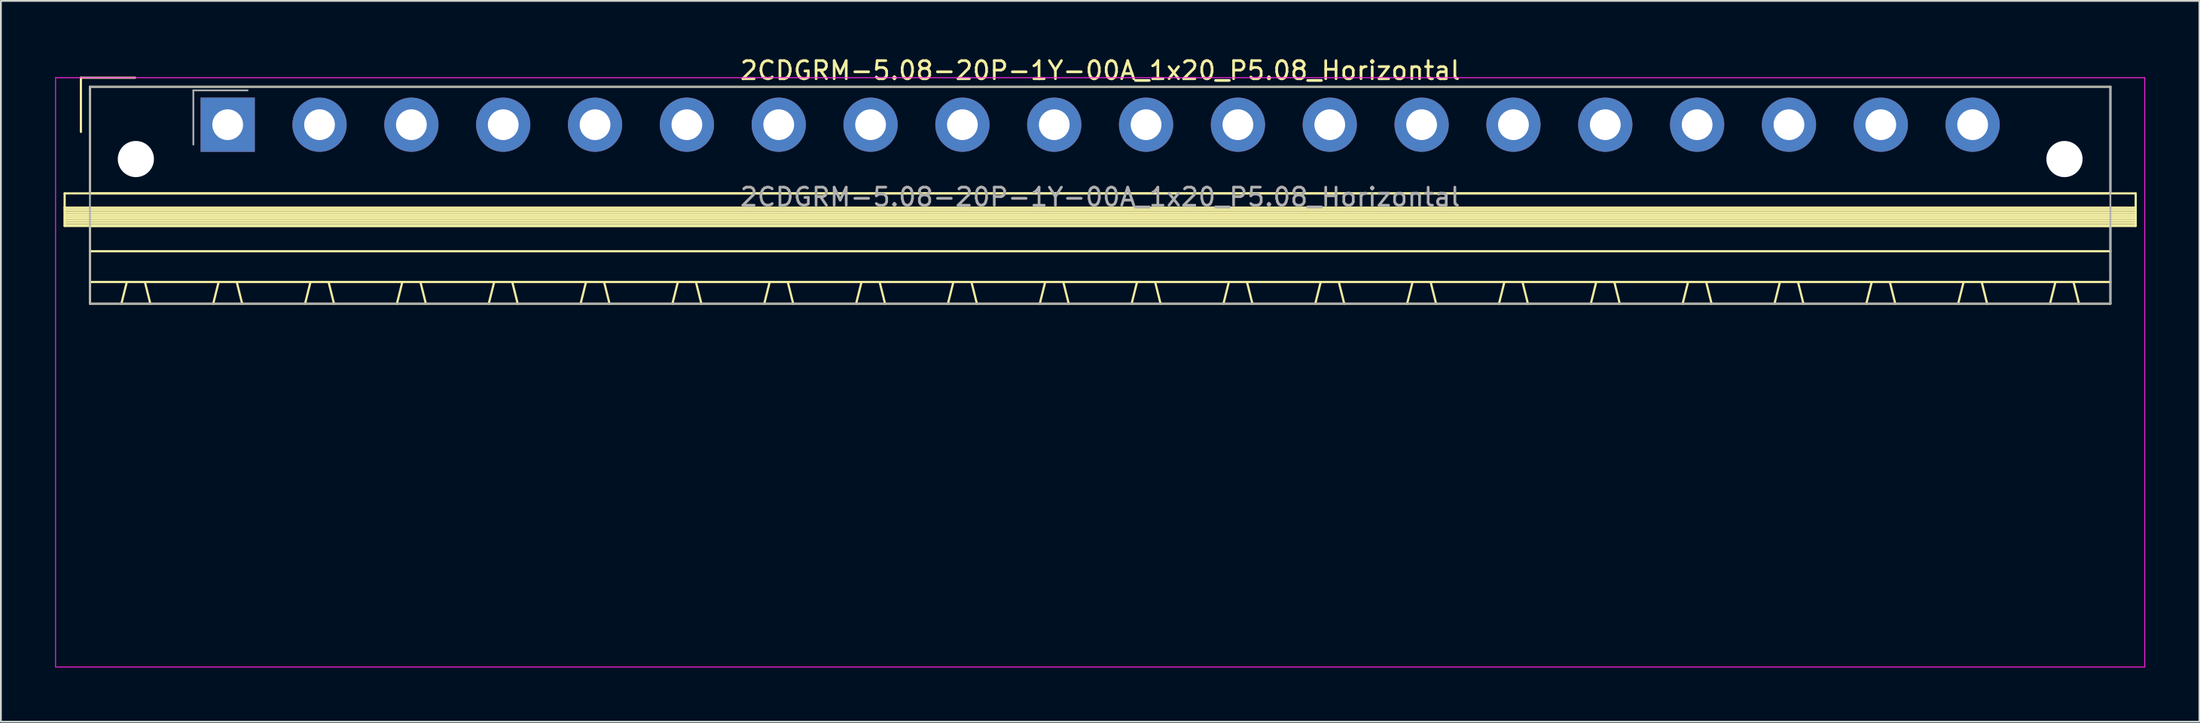
<source format=kicad_pcb>
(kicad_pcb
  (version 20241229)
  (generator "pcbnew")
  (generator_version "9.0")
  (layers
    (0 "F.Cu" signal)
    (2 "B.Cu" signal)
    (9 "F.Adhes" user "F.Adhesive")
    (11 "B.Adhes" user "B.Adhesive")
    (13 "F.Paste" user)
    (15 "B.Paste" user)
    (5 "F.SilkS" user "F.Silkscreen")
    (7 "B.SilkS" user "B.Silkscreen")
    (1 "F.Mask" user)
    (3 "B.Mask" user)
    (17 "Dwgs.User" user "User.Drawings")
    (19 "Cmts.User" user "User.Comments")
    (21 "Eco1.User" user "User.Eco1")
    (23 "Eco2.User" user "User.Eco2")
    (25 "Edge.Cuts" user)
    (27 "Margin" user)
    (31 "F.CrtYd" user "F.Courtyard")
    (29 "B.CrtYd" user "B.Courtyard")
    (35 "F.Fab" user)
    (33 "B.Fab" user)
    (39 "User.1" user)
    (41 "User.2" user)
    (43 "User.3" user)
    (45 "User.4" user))
  (footprint "2CDGRM-5.08-20P-1Y-00A_1x20_P5.08_Horizontal"
    (layer "F.Cu")
    (at 9.545 3.848)
    (property "Reference" "2CDGRM-5.08-20P-1Y-00A_1x20_P5.08_Horizontal" (at 48.26 -3 0) (layer "F.SilkS") (effects (font (size 1 1) (thickness 0.15))))
    (attr through_hole)
    (fp_line (start -9.02 3.8) (end -9.02 4.6) (stroke (width 0.12) (type solid)) (layer "F.SilkS"))
    (fp_line (start -9.02 4.6) (end -9.02 5.6) (stroke (width 0.12) (type solid)) (layer "F.SilkS"))
    (fp_line (start -9.02 4.6) (end 105.54 4.6) (stroke (width 0.12) (type solid)) (layer "F.SilkS"))
    (fp_line (start -9.02 4.72) (end 105.54 4.72) (stroke (width 0.12) (type solid)) (layer "F.SilkS"))
    (fp_line (start -9.02 4.84) (end 105.54 4.84) (stroke (width 0.12) (type solid)) (layer "F.SilkS"))
    (fp_line (start -9.02 4.96) (end 105.54 4.96) (stroke (width 0.12) (type solid)) (layer "F.SilkS"))
    (fp_line (start -9.02 5.08) (end 105.54 5.08) (stroke (width 0.12) (type solid)) (layer "F.SilkS"))
    (fp_line (start -9.02 5.2) (end 105.54 5.2) (stroke (width 0.12) (type solid)) (layer "F.SilkS"))
    (fp_line (start -9.02 5.32) (end 105.54 5.32) (stroke (width 0.12) (type solid)) (layer "F.SilkS"))
    (fp_line (start -9.02 5.44) (end 105.54 5.44) (stroke (width 0.12) (type solid)) (layer "F.SilkS"))
    (fp_line (start -9.02 5.56) (end 105.54 5.56) (stroke (width 0.12) (type solid)) (layer "F.SilkS"))
    (fp_line (start -9.02 5.6) (end 105.54 5.6) (stroke (width 0.12) (type solid)) (layer "F.SilkS"))
    (fp_line (start -8.12 -2.6) (end -8.12 0.4) (stroke (width 0.12) (type solid)) (layer "F.SilkS"))
    (fp_line (start -8.12 -2.6) (end -5.12 -2.6) (stroke (width 0.12) (type solid)) (layer "F.SilkS"))
    (fp_line (start -7.62 -2.1) (end -7.62 3.8) (stroke (width 0.12) (type solid)) (layer "F.SilkS"))
    (fp_line (start -7.62 3.8) (end 104.14 3.8) (stroke (width 0.12) (type solid)) (layer "F.SilkS"))
    (fp_line (start -7.62 5.6) (end -7.62 9.9) (stroke (width 0.12) (type solid)) (layer "F.SilkS"))
    (fp_line (start -7.62 7) (end 104.14 7) (stroke (width 0.12) (type solid)) (layer "F.SilkS"))
    (fp_line (start -7.62 8.7) (end 104.14 8.7) (stroke (width 0.12) (type solid)) (layer "F.SilkS"))
    (fp_line (start -7.62 9.9) (end 104.14 9.9) (stroke (width 0.12) (type solid)) (layer "F.SilkS"))
    (fp_line (start -5.58 8.7) (end -5.88 9.9) (stroke (width 0.12) (type solid)) (layer "F.SilkS"))
    (fp_line (start -4.58 8.7) (end -4.28 9.9) (stroke (width 0.12) (type solid)) (layer "F.SilkS"))
    (fp_line (start -0.5 8.7) (end -0.8 9.9) (stroke (width 0.12) (type solid)) (layer "F.SilkS"))
    (fp_line (start 0.5 8.7) (end 0.8 9.9) (stroke (width 0.12) (type solid)) (layer "F.SilkS"))
    (fp_line (start 4.58 8.7) (end 4.28 9.9) (stroke (width 0.12) (type solid)) (layer "F.SilkS"))
    (fp_line (start 5.58 8.7) (end 5.88 9.9) (stroke (width 0.12) (type solid)) (layer "F.SilkS"))
    (fp_line (start 9.66 8.7) (end 9.36 9.9) (stroke (width 0.12) (type solid)) (layer "F.SilkS"))
    (fp_line (start 10.66 8.7) (end 10.96 9.9) (stroke (width 0.12) (type solid)) (layer "F.SilkS"))
    (fp_line (start 14.74 8.7) (end 14.44 9.9) (stroke (width 0.12) (type solid)) (layer "F.SilkS"))
    (fp_line (start 15.74 8.7) (end 16.04 9.9) (stroke (width 0.12) (type solid)) (layer "F.SilkS"))
    (fp_line (start 19.82 8.7) (end 19.52 9.9) (stroke (width 0.12) (type solid)) (layer "F.SilkS"))
    (fp_line (start 20.82 8.7) (end 21.12 9.9) (stroke (width 0.12) (type solid)) (layer "F.SilkS"))
    (fp_line (start 24.9 8.7) (end 24.6 9.9) (stroke (width 0.12) (type solid)) (layer "F.SilkS"))
    (fp_line (start 25.9 8.7) (end 26.2 9.9) (stroke (width 0.12) (type solid)) (layer "F.SilkS"))
    (fp_line (start 29.98 8.7) (end 29.68 9.9) (stroke (width 0.12) (type solid)) (layer "F.SilkS"))
    (fp_line (start 30.98 8.7) (end 31.28 9.9) (stroke (width 0.12) (type solid)) (layer "F.SilkS"))
    (fp_line (start 35.06 8.7) (end 34.76 9.9) (stroke (width 0.12) (type solid)) (layer "F.SilkS"))
    (fp_line (start 36.06 8.7) (end 36.36 9.9) (stroke (width 0.12) (type solid)) (layer "F.SilkS"))
    (fp_line (start 40.14 8.7) (end 39.84 9.9) (stroke (width 0.12) (type solid)) (layer "F.SilkS"))
    (fp_line (start 41.14 8.7) (end 41.44 9.9) (stroke (width 0.12) (type solid)) (layer "F.SilkS"))
    (fp_line (start 45.22 8.7) (end 44.92 9.9) (stroke (width 0.12) (type solid)) (layer "F.SilkS"))
    (fp_line (start 46.22 8.7) (end 46.52 9.9) (stroke (width 0.12) (type solid)) (layer "F.SilkS"))
    (fp_line (start 50.3 8.7) (end 50 9.9) (stroke (width 0.12) (type solid)) (layer "F.SilkS"))
    (fp_line (start 51.3 8.7) (end 51.6 9.9) (stroke (width 0.12) (type solid)) (layer "F.SilkS"))
    (fp_line (start 55.38 8.7) (end 55.08 9.9) (stroke (width 0.12) (type solid)) (layer "F.SilkS"))
    (fp_line (start 56.38 8.7) (end 56.68 9.9) (stroke (width 0.12) (type solid)) (layer "F.SilkS"))
    (fp_line (start 60.46 8.7) (end 60.16 9.9) (stroke (width 0.12) (type solid)) (layer "F.SilkS"))
    (fp_line (start 61.46 8.7) (end 61.76 9.9) (stroke (width 0.12) (type solid)) (layer "F.SilkS"))
    (fp_line (start 65.54 8.7) (end 65.24 9.9) (stroke (width 0.12) (type solid)) (layer "F.SilkS"))
    (fp_line (start 66.54 8.7) (end 66.84 9.9) (stroke (width 0.12) (type solid)) (layer "F.SilkS"))
    (fp_line (start 70.62 8.7) (end 70.32 9.9) (stroke (width 0.12) (type solid)) (layer "F.SilkS"))
    (fp_line (start 71.62 8.7) (end 71.92 9.9) (stroke (width 0.12) (type solid)) (layer "F.SilkS"))
    (fp_line (start 75.7 8.7) (end 75.4 9.9) (stroke (width 0.12) (type solid)) (layer "F.SilkS"))
    (fp_line (start 76.7 8.7) (end 77 9.9) (stroke (width 0.12) (type solid)) (layer "F.SilkS"))
    (fp_line (start 80.78 8.7) (end 80.48 9.9) (stroke (width 0.12) (type solid)) (layer "F.SilkS"))
    (fp_line (start 81.78 8.7) (end 82.08 9.9) (stroke (width 0.12) (type solid)) (layer "F.SilkS"))
    (fp_line (start 85.86 8.7) (end 85.56 9.9) (stroke (width 0.12) (type solid)) (layer "F.SilkS"))
    (fp_line (start 86.86 8.7) (end 87.16 9.9) (stroke (width 0.12) (type solid)) (layer "F.SilkS"))
    (fp_line (start 90.94 8.7) (end 90.64 9.9) (stroke (width 0.12) (type solid)) (layer "F.SilkS"))
    (fp_line (start 91.94 8.7) (end 92.24 9.9) (stroke (width 0.12) (type solid)) (layer "F.SilkS"))
    (fp_line (start 96.02 8.7) (end 95.72 9.9) (stroke (width 0.12) (type solid)) (layer "F.SilkS"))
    (fp_line (start 97.02 8.7) (end 97.32 9.9) (stroke (width 0.12) (type solid)) (layer "F.SilkS"))
    (fp_line (start 101.1 8.7) (end 100.8 9.9) (stroke (width 0.12) (type solid)) (layer "F.SilkS"))
    (fp_line (start 102.1 8.7) (end 102.4 9.9) (stroke (width 0.12) (type solid)) (layer "F.SilkS"))
    (fp_line (start 104.14 -2.1) (end -7.62 -2.1) (stroke (width 0.12) (type solid)) (layer "F.SilkS"))
    (fp_line (start 104.14 3.8) (end 104.14 -2.1) (stroke (width 0.12) (type solid)) (layer "F.SilkS"))
    (fp_line (start 104.14 5.6) (end -7.62 5.6) (stroke (width 0.12) (type solid)) (layer "F.SilkS"))
    (fp_line (start 104.14 9.9) (end 104.14 5.6) (stroke (width 0.12) (type solid)) (layer "F.SilkS"))
    (fp_line (start 105.54 3.8) (end -9.02 3.8) (stroke (width 0.12) (type solid)) (layer "F.SilkS"))
    (fp_line (start 105.54 4.6) (end -9.02 4.6) (stroke (width 0.12) (type solid)) (layer "F.SilkS"))
    (fp_line (start 105.54 4.6) (end 105.54 3.8) (stroke (width 0.12) (type solid)) (layer "F.SilkS"))
    (fp_line (start 105.54 5.6) (end 105.54 4.6) (stroke (width 0.12) (type solid)) (layer "F.SilkS"))
    (fp_line (start -9.52 -2.6) (end -9.52 30) (stroke (width 0.05) (type solid)) (layer "F.CrtYd"))
    (fp_line (start -9.52 30) (end 106.04 30) (stroke (width 0.05) (type solid)) (layer "F.CrtYd"))
    (fp_line (start 106.04 -2.6) (end -9.52 -2.6) (stroke (width 0.05) (type solid)) (layer "F.CrtYd"))
    (fp_line (start 106.04 30) (end 106.04 -2.6) (stroke (width 0.05) (type solid)) (layer "F.CrtYd"))
    (fp_line (start -7.62 -2.1) (end -7.62 9.9) (stroke (width 0.1) (type solid)) (layer "F.Fab"))
    (fp_line (start -7.62 9.9) (end 104.14 9.9) (stroke (width 0.1) (type solid)) (layer "F.Fab"))
    (fp_line (start -1.9 -1.9) (end -1.9 1.1) (stroke (width 0.1) (type solid)) (layer "F.Fab"))
    (fp_line (start -1.9 -1.9) (end 1.1 -1.9) (stroke (width 0.1) (type solid)) (layer "F.Fab"))
    (fp_line (start 104.14 -2.1) (end -7.62 -2.1) (stroke (width 0.1) (type solid)) (layer "F.Fab"))
    (fp_line (start 104.14 9.9) (end 104.14 -2.1) (stroke (width 0.1) (type solid)) (layer "F.Fab"))
    (fp_text user "${REFERENCE}" (at 48.26 4 0) (layer "F.Fab") (effects (font (size 1 1) (thickness 0.15))))
    (pad "" np_thru_hole circle (at -5.08 1.9) (size 2 2) (drill 2) (layers "*.Cu" "*.Mask"))
    (pad "" np_thru_hole circle (at 101.6 1.9) (size 2 2) (drill 2) (layers "*.Cu" "*.Mask"))
    (pad "1" thru_hole rect (at 0 0) (size 3 3) (drill 1.7) (layers "*.Cu" "*.Mask"))
    (pad "2" thru_hole circle (at 5.08 0) (size 3 3) (drill 1.7) (layers "*.Cu" "*.Mask"))
    (pad "3" thru_hole circle (at 10.16 0) (size 3 3) (drill 1.7) (layers "*.Cu" "*.Mask"))
    (pad "4" thru_hole circle (at 15.24 0) (size 3 3) (drill 1.7) (layers "*.Cu" "*.Mask"))
    (pad "5" thru_hole circle (at 20.32 0) (size 3 3) (drill 1.7) (layers "*.Cu" "*.Mask"))
    (pad "6" thru_hole circle (at 25.4 0) (size 3 3) (drill 1.7) (layers "*.Cu" "*.Mask"))
    (pad "7" thru_hole circle (at 30.48 0) (size 3 3) (drill 1.7) (layers "*.Cu" "*.Mask"))
    (pad "8" thru_hole circle (at 35.56 0) (size 3 3) (drill 1.7) (layers "*.Cu" "*.Mask"))
    (pad "9" thru_hole circle (at 40.64 0) (size 3 3) (drill 1.7) (layers "*.Cu" "*.Mask"))
    (pad "10" thru_hole circle (at 45.72 0) (size 3 3) (drill 1.7) (layers "*.Cu" "*.Mask"))
    (pad "11" thru_hole circle (at 50.8 0) (size 3 3) (drill 1.7) (layers "*.Cu" "*.Mask"))
    (pad "12" thru_hole circle (at 55.88 0) (size 3 3) (drill 1.7) (layers "*.Cu" "*.Mask"))
    (pad "13" thru_hole circle (at 60.96 0) (size 3 3) (drill 1.7) (layers "*.Cu" "*.Mask"))
    (pad "14" thru_hole circle (at 66.04 0) (size 3 3) (drill 1.7) (layers "*.Cu" "*.Mask"))
    (pad "15" thru_hole circle (at 71.12 0) (size 3 3) (drill 1.7) (layers "*.Cu" "*.Mask"))
    (pad "16" thru_hole circle (at 76.2 0) (size 3 3) (drill 1.7) (layers "*.Cu" "*.Mask"))
    (pad "17" thru_hole circle (at 81.28 0) (size 3 3) (drill 1.7) (layers "*.Cu" "*.Mask"))
    (pad "18" thru_hole circle (at 86.36 0) (size 3 3) (drill 1.7) (layers "*.Cu" "*.Mask"))
    (pad "19" thru_hole circle (at 91.44 0) (size 3 3) (drill 1.7) (layers "*.Cu" "*.Mask"))
    (pad "20" thru_hole circle (at 96.52 0) (size 3 3) (drill 1.7) (layers "*.Cu" "*.Mask")))
  (gr_rect
    (start -3 -3)
    (end 118.61 36.873)
    (stroke (width 0.1) (type default))
    (fill no)
    (layer "Edge.Cuts")))
</source>
